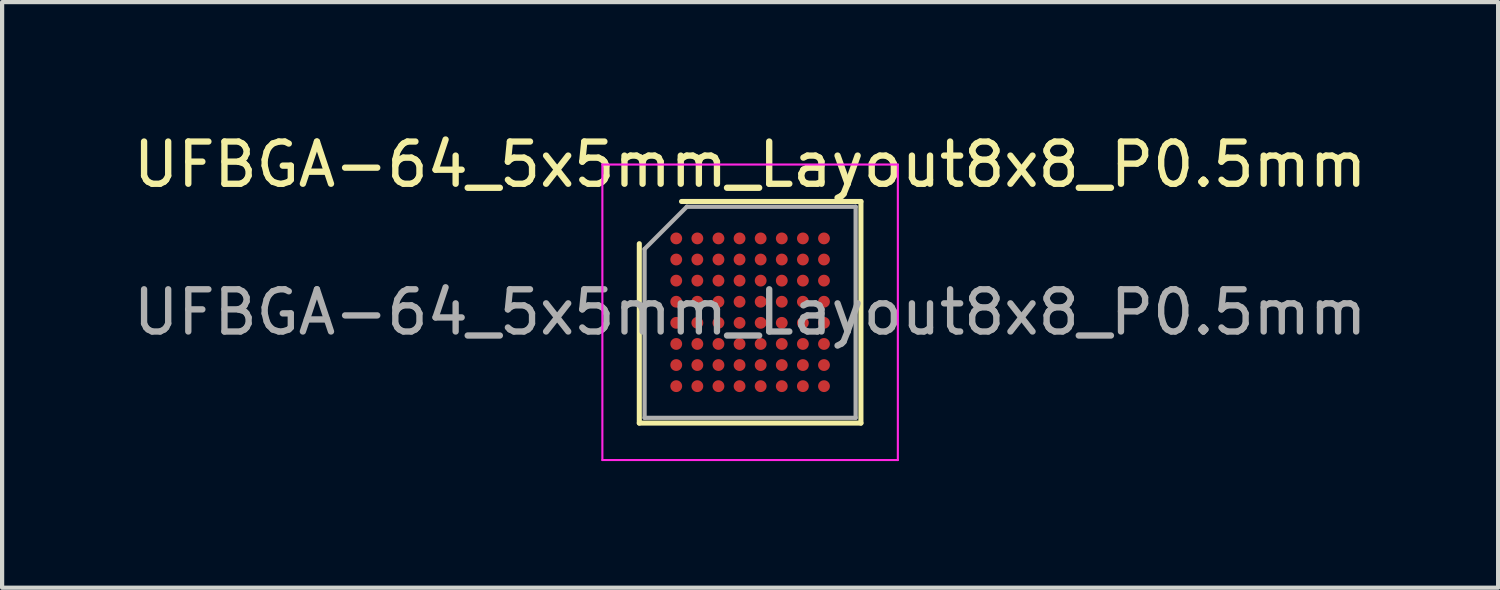
<source format=kicad_pcb>
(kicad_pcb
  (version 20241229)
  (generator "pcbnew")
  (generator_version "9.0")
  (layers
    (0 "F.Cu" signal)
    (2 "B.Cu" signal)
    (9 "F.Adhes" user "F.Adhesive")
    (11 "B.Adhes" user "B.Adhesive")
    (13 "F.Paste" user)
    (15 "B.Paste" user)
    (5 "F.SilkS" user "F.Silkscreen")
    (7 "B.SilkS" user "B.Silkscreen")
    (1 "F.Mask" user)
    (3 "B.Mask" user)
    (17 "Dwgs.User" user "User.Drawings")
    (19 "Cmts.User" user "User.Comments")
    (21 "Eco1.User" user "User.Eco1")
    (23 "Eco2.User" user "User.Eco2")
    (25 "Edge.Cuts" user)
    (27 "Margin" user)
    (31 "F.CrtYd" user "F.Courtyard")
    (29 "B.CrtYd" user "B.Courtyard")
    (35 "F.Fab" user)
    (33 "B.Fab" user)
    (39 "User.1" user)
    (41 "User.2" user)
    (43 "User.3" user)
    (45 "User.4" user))
  (footprint "UFBGA-64_5x5mm_Layout8x8_P0.5mm"
    (layer "F.Cu")
    (at 14.72 4.348)
    (property "Reference" "UFBGA-64_5x5mm_Layout8x8_P0.5mm" (at 0 -3.5 0) (layer "F.SilkS") (effects (font (size 1 1) (thickness 0.15))))
    (attr smd)
    (fp_line (start -2.625 2.625) (end -2.625 -1.625) (stroke (width 0.12) (type solid)) (layer "F.SilkS"))
    (fp_line (start -1.625 -2.625) (end 2.625 -2.625) (stroke (width 0.12) (type solid)) (layer "F.SilkS"))
    (fp_line (start 2.625 -2.625) (end 2.625 2.625) (stroke (width 0.12) (type solid)) (layer "F.SilkS"))
    (fp_line (start 2.625 2.625) (end -2.625 2.625) (stroke (width 0.12) (type solid)) (layer "F.SilkS"))
    (fp_line (start -3.5 -3.5) (end -3.5 3.5) (stroke (width 0.05) (type solid)) (layer "F.CrtYd"))
    (fp_line (start -3.5 3.5) (end 3.5 3.5) (stroke (width 0.05) (type solid)) (layer "F.CrtYd"))
    (fp_line (start 3.5 -3.5) (end -3.5 -3.5) (stroke (width 0.05) (type solid)) (layer "F.CrtYd"))
    (fp_line (start 3.5 3.5) (end 3.5 -3.5) (stroke (width 0.05) (type solid)) (layer "F.CrtYd"))
    (fp_line (start -2.5 -1.5) (end -1.5 -2.5) (stroke (width 0.1) (type solid)) (layer "F.Fab"))
    (fp_line (start -2.5 2.5) (end -2.5 -1.5) (stroke (width 0.1) (type solid)) (layer "F.Fab"))
    (fp_line (start -1.5 -2.5) (end 2.5 -2.5) (stroke (width 0.1) (type solid)) (layer "F.Fab"))
    (fp_line (start 2.5 -2.5) (end 2.5 2.5) (stroke (width 0.1) (type solid)) (layer "F.Fab"))
    (fp_line (start 2.5 2.5) (end -2.5 2.5) (stroke (width 0.1) (type solid)) (layer "F.Fab"))
    (fp_text user "${REFERENCE}" (at 0 0 0) (layer "F.Fab") (effects (font (size 1 1) (thickness 0.15))))
    (pad "A1" smd circle (at -1.75 -1.75) (size 0.28 0.28) (layers "F.Cu" "F.Mask" "F.Paste"))
    (pad "A2" smd circle (at -1.25 -1.75) (size 0.28 0.28) (layers "F.Cu" "F.Mask" "F.Paste"))
    (pad "A3" smd circle (at -0.75 -1.75) (size 0.28 0.28) (layers "F.Cu" "F.Mask" "F.Paste"))
    (pad "A4" smd circle (at -0.25 -1.75) (size 0.28 0.28) (layers "F.Cu" "F.Mask" "F.Paste"))
    (pad "A5" smd circle (at 0.25 -1.75) (size 0.28 0.28) (layers "F.Cu" "F.Mask" "F.Paste"))
    (pad "A6" smd circle (at 0.75 -1.75) (size 0.28 0.28) (layers "F.Cu" "F.Mask" "F.Paste"))
    (pad "A7" smd circle (at 1.25 -1.75) (size 0.28 0.28) (layers "F.Cu" "F.Mask" "F.Paste"))
    (pad "A8" smd circle (at 1.75 -1.75) (size 0.28 0.28) (layers "F.Cu" "F.Mask" "F.Paste"))
    (pad "B1" smd circle (at -1.75 -1.25) (size 0.28 0.28) (layers "F.Cu" "F.Mask" "F.Paste"))
    (pad "B2" smd circle (at -1.25 -1.25) (size 0.28 0.28) (layers "F.Cu" "F.Mask" "F.Paste"))
    (pad "B3" smd circle (at -0.75 -1.25) (size 0.28 0.28) (layers "F.Cu" "F.Mask" "F.Paste"))
    (pad "B4" smd circle (at -0.25 -1.25) (size 0.28 0.28) (layers "F.Cu" "F.Mask" "F.Paste"))
    (pad "B5" smd circle (at 0.25 -1.25) (size 0.28 0.28) (layers "F.Cu" "F.Mask" "F.Paste"))
    (pad "B6" smd circle (at 0.75 -1.25) (size 0.28 0.28) (layers "F.Cu" "F.Mask" "F.Paste"))
    (pad "B7" smd circle (at 1.25 -1.25) (size 0.28 0.28) (layers "F.Cu" "F.Mask" "F.Paste"))
    (pad "B8" smd circle (at 1.75 -1.25) (size 0.28 0.28) (layers "F.Cu" "F.Mask" "F.Paste"))
    (pad "C1" smd circle (at -1.75 -0.75) (size 0.28 0.28) (layers "F.Cu" "F.Mask" "F.Paste"))
    (pad "C2" smd circle (at -1.25 -0.75) (size 0.28 0.28) (layers "F.Cu" "F.Mask" "F.Paste"))
    (pad "C3" smd circle (at -0.75 -0.75) (size 0.28 0.28) (layers "F.Cu" "F.Mask" "F.Paste"))
    (pad "C4" smd circle (at -0.25 -0.75) (size 0.28 0.28) (layers "F.Cu" "F.Mask" "F.Paste"))
    (pad "C5" smd circle (at 0.25 -0.75) (size 0.28 0.28) (layers "F.Cu" "F.Mask" "F.Paste"))
    (pad "C6" smd circle (at 0.75 -0.75) (size 0.28 0.28) (layers "F.Cu" "F.Mask" "F.Paste"))
    (pad "C7" smd circle (at 1.25 -0.75) (size 0.28 0.28) (layers "F.Cu" "F.Mask" "F.Paste"))
    (pad "C8" smd circle (at 1.75 -0.75) (size 0.28 0.28) (layers "F.Cu" "F.Mask" "F.Paste"))
    (pad "D1" smd circle (at -1.75 -0.25) (size 0.28 0.28) (layers "F.Cu" "F.Mask" "F.Paste"))
    (pad "D2" smd circle (at -1.25 -0.25) (size 0.28 0.28) (layers "F.Cu" "F.Mask" "F.Paste"))
    (pad "D3" smd circle (at -0.75 -0.25) (size 0.28 0.28) (layers "F.Cu" "F.Mask" "F.Paste"))
    (pad "D4" smd circle (at -0.25 -0.25) (size 0.28 0.28) (layers "F.Cu" "F.Mask" "F.Paste"))
    (pad "D5" smd circle (at 0.25 -0.25) (size 0.28 0.28) (layers "F.Cu" "F.Mask" "F.Paste"))
    (pad "D6" smd circle (at 0.75 -0.25) (size 0.28 0.28) (layers "F.Cu" "F.Mask" "F.Paste"))
    (pad "D7" smd circle (at 1.25 -0.25) (size 0.28 0.28) (layers "F.Cu" "F.Mask" "F.Paste"))
    (pad "D8" smd circle (at 1.75 -0.25) (size 0.28 0.28) (layers "F.Cu" "F.Mask" "F.Paste"))
    (pad "E1" smd circle (at -1.75 0.25) (size 0.28 0.28) (layers "F.Cu" "F.Mask" "F.Paste"))
    (pad "E2" smd circle (at -1.25 0.25) (size 0.28 0.28) (layers "F.Cu" "F.Mask" "F.Paste"))
    (pad "E3" smd circle (at -0.75 0.25) (size 0.28 0.28) (layers "F.Cu" "F.Mask" "F.Paste"))
    (pad "E4" smd circle (at -0.25 0.25) (size 0.28 0.28) (layers "F.Cu" "F.Mask" "F.Paste"))
    (pad "E5" smd circle (at 0.25 0.25) (size 0.28 0.28) (layers "F.Cu" "F.Mask" "F.Paste"))
    (pad "E6" smd circle (at 0.75 0.25) (size 0.28 0.28) (layers "F.Cu" "F.Mask" "F.Paste"))
    (pad "E7" smd circle (at 1.25 0.25) (size 0.28 0.28) (layers "F.Cu" "F.Mask" "F.Paste"))
    (pad "E8" smd circle (at 1.75 0.25) (size 0.28 0.28) (layers "F.Cu" "F.Mask" "F.Paste"))
    (pad "F1" smd circle (at -1.75 0.75) (size 0.28 0.28) (layers "F.Cu" "F.Mask" "F.Paste"))
    (pad "F2" smd circle (at -1.25 0.75) (size 0.28 0.28) (layers "F.Cu" "F.Mask" "F.Paste"))
    (pad "F3" smd circle (at -0.75 0.75) (size 0.28 0.28) (layers "F.Cu" "F.Mask" "F.Paste"))
    (pad "F4" smd circle (at -0.25 0.75) (size 0.28 0.28) (layers "F.Cu" "F.Mask" "F.Paste"))
    (pad "F5" smd circle (at 0.25 0.75) (size 0.28 0.28) (layers "F.Cu" "F.Mask" "F.Paste"))
    (pad "F6" smd circle (at 0.75 0.75) (size 0.28 0.28) (layers "F.Cu" "F.Mask" "F.Paste"))
    (pad "F7" smd circle (at 1.25 0.75) (size 0.28 0.28) (layers "F.Cu" "F.Mask" "F.Paste"))
    (pad "F8" smd circle (at 1.75 0.75) (size 0.28 0.28) (layers "F.Cu" "F.Mask" "F.Paste"))
    (pad "G1" smd circle (at -1.75 1.25) (size 0.28 0.28) (layers "F.Cu" "F.Mask" "F.Paste"))
    (pad "G2" smd circle (at -1.25 1.25) (size 0.28 0.28) (layers "F.Cu" "F.Mask" "F.Paste"))
    (pad "G3" smd circle (at -0.75 1.25) (size 0.28 0.28) (layers "F.Cu" "F.Mask" "F.Paste"))
    (pad "G4" smd circle (at -0.25 1.25) (size 0.28 0.28) (layers "F.Cu" "F.Mask" "F.Paste"))
    (pad "G5" smd circle (at 0.25 1.25) (size 0.28 0.28) (layers "F.Cu" "F.Mask" "F.Paste"))
    (pad "G6" smd circle (at 0.75 1.25) (size 0.28 0.28) (layers "F.Cu" "F.Mask" "F.Paste"))
    (pad "G7" smd circle (at 1.25 1.25) (size 0.28 0.28) (layers "F.Cu" "F.Mask" "F.Paste"))
    (pad "G8" smd circle (at 1.75 1.25) (size 0.28 0.28) (layers "F.Cu" "F.Mask" "F.Paste"))
    (pad "H1" smd circle (at -1.75 1.75) (size 0.28 0.28) (layers "F.Cu" "F.Mask" "F.Paste"))
    (pad "H2" smd circle (at -1.25 1.75) (size 0.28 0.28) (layers "F.Cu" "F.Mask" "F.Paste"))
    (pad "H3" smd circle (at -0.75 1.75) (size 0.28 0.28) (layers "F.Cu" "F.Mask" "F.Paste"))
    (pad "H4" smd circle (at -0.25 1.75) (size 0.28 0.28) (layers "F.Cu" "F.Mask" "F.Paste"))
    (pad "H5" smd circle (at 0.25 1.75) (size 0.28 0.28) (layers "F.Cu" "F.Mask" "F.Paste"))
    (pad "H6" smd circle (at 0.75 1.75) (size 0.28 0.28) (layers "F.Cu" "F.Mask" "F.Paste"))
    (pad "H7" smd circle (at 1.25 1.75) (size 0.28 0.28) (layers "F.Cu" "F.Mask" "F.Paste"))
    (pad "H8" smd circle (at 1.75 1.75) (size 0.28 0.28) (layers "F.Cu" "F.Mask" "F.Paste")))
  (gr_rect
    (start -3 -3)
    (end 32.44 10.873)
    (stroke (width 0.1) (type default))
    (fill no)
    (layer "Edge.Cuts")))
</source>
